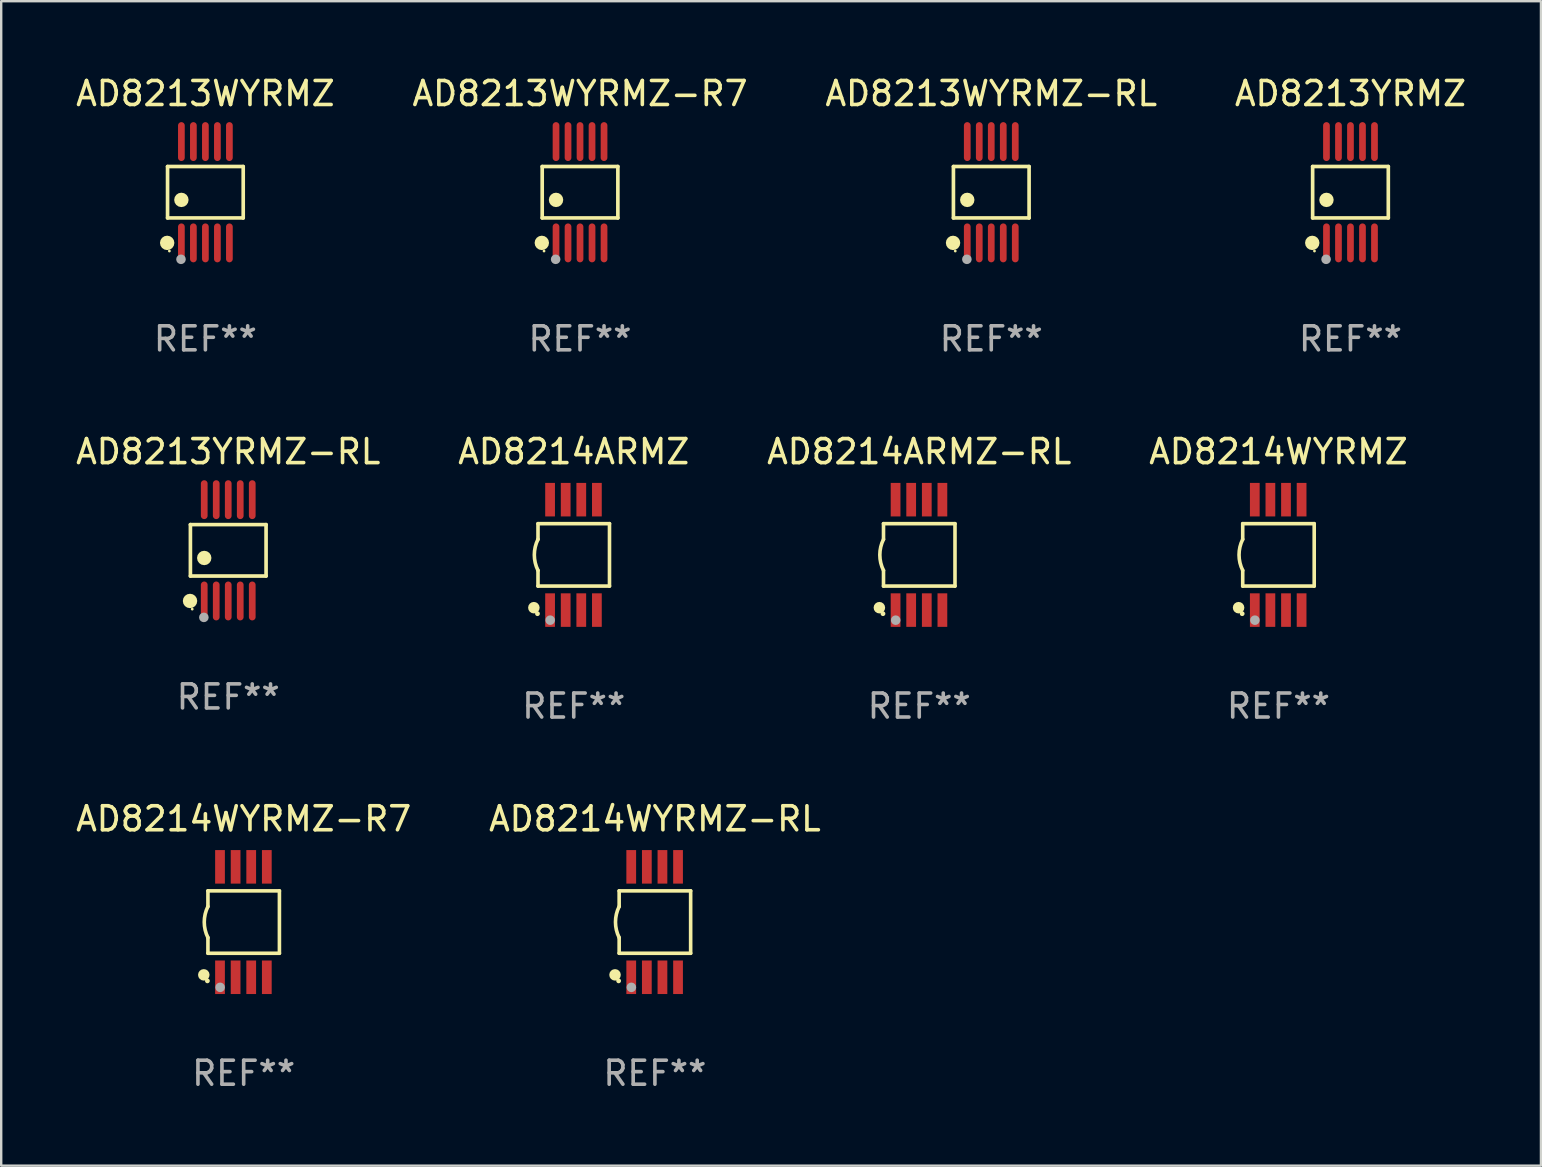
<source format=kicad_pcb>
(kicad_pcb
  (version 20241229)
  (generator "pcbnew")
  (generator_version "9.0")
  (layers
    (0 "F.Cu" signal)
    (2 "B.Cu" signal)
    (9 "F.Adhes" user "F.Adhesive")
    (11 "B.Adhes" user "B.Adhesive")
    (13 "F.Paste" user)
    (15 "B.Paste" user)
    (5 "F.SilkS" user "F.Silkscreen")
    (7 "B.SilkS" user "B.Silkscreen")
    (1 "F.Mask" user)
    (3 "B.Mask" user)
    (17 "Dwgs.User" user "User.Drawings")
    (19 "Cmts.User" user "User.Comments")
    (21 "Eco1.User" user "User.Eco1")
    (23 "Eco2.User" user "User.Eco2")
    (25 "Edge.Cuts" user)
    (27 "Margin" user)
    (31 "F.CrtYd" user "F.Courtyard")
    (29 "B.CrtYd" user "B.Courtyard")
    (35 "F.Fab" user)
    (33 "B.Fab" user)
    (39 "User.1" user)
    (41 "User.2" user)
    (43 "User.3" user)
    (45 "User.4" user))
  (footprint "AD8213WYRMZ-RL"
    (layer "F.Cu")
    (at 38.244 4.958)
    (property "Reference" "AD8213WYRMZ-RL" (at 0 -4.11 0) (layer "F.SilkS") (effects (font (size 1 1) (thickness 0.15))))
    (attr through_hole)
    (fp_line (start -1.576 -1.071) (end 1.576 -1.071) (stroke (width 0.152) (type solid)) (layer "F.SilkS"))
    (fp_line (start -1.576 1.071) (end -1.576 -1.071) (stroke (width 0.152) (type solid)) (layer "F.SilkS"))
    (fp_line (start 1.576 -1.071) (end 1.576 1.071) (stroke (width 0.152) (type solid)) (layer "F.SilkS"))
    (fp_line (start 1.576 1.071) (end -1.576 1.071) (stroke (width 0.152) (type solid)) (layer "F.SilkS"))
    (fp_circle (center -1.592 2.11) (end -1.442 2.11) (stroke (width 0.3) (type solid)) (fill no) (layer "F.SilkS"))
    (fp_circle (center -1.5 2.45) (end -1.47 2.45) (stroke (width 0.06) (type solid)) (fill no) (layer "F.SilkS"))
    (fp_circle (center -1 0.319) (end -0.85 0.319) (stroke (width 0.3) (type solid)) (fill no) (layer "F.SilkS"))
    (fp_circle (center -1.016 2.794) (end -0.916 2.794) (stroke (width 0.2) (type solid)) (fill no) (layer "F.Fab"))
    (fp_text user "REF**" (at 0 6.11 0) (layer "F.Fab") (effects (font (size 1 1) (thickness 0.15))))
    (pad "1" smd oval (at -1 2.11) (size 0.28 1.62) (layers "F.Cu" "F.Mask" "F.Paste"))
    (pad "2" smd oval (at -0.5 2.11) (size 0.28 1.62) (layers "F.Cu" "F.Mask" "F.Paste"))
    (pad "3" smd oval (at 0 2.11) (size 0.28 1.62) (layers "F.Cu" "F.Mask" "F.Paste"))
    (pad "4" smd oval (at 0.5 2.11) (size 0.28 1.62) (layers "F.Cu" "F.Mask" "F.Paste"))
    (pad "5" smd oval (at 1 2.11) (size 0.28 1.62) (layers "F.Cu" "F.Mask" "F.Paste"))
    (pad "6" smd oval (at 1 -2.11) (size 0.28 1.62) (layers "F.Cu" "F.Mask" "F.Paste"))
    (pad "7" smd oval (at 0.5 -2.11) (size 0.28 1.62) (layers "F.Cu" "F.Mask" "F.Paste"))
    (pad "8" smd oval (at 0 -2.11) (size 0.28 1.62) (layers "F.Cu" "F.Mask" "F.Paste"))
    (pad "9" smd oval (at -0.5 -2.11) (size 0.28 1.62) (layers "F.Cu" "F.Mask" "F.Paste"))
    (pad "10" smd oval (at -1 -2.11) (size 0.28 1.62) (layers "F.Cu" "F.Mask" "F.Paste")))
  (footprint "AD8214WYRMZ-RL"
    (layer "F.Cu")
    (at 24.232 35.361)
    (property "Reference" "AD8214WYRMZ-RL" (at 0 -4.3 0) (layer "F.SilkS") (effects (font (size 1 1) (thickness 0.15))))
    (attr through_hole)
    (fp_line (start -1.489 -1.3) (end -1.489 -0.648) (stroke (width 0.15) (type solid)) (layer "F.SilkS"))
    (fp_line (start -1.489 0.648) (end -1.489 1.3) (stroke (width 0.15) (type solid)) (layer "F.SilkS"))
    (fp_line (start -1.489 1.3) (end 1.489 1.3) (stroke (width 0.15) (type solid)) (layer "F.SilkS"))
    (fp_line (start 1.489 -1.3) (end -1.489 -1.3) (stroke (width 0.15) (type solid)) (layer "F.SilkS"))
    (fp_line (start 1.489 1.3) (end 1.489 -1.3) (stroke (width 0.15) (type solid)) (layer "F.SilkS"))
    (fp_arc (start -1.489205 0.647702) (mid -1.642107 0) (end -1.489205 -0.647701) (stroke (width 0.150013) (type solid)) (layer "F.SilkS"))
    (fp_circle (center -1.661 2.2) (end -1.541 2.2) (stroke (width 0.24) (type solid)) (fill no) (layer "F.SilkS"))
    (fp_circle (center -1.511 2.45) (end -1.461 2.45) (stroke (width 0.1) (type solid)) (fill no) (layer "F.SilkS"))
    (fp_circle (center -0.981 2.72) (end -0.881 2.72) (stroke (width 0.2) (type solid)) (fill no) (layer "F.Fab"))
    (fp_text user "REF**" (at 0 6.3 0) (layer "F.Fab") (effects (font (size 1 1) (thickness 0.15))))
    (pad "1" smd rect (at -0.986 2.3) (size 0.406 1.397) (layers "F.Cu" "F.Mask" "F.Paste"))
    (pad "2" smd rect (at -0.336 2.3) (size 0.406 1.397) (layers "F.Cu" "F.Mask" "F.Paste"))
    (pad "3" smd rect (at 0.314 2.3) (size 0.406 1.397) (layers "F.Cu" "F.Mask" "F.Paste"))
    (pad "4" smd rect (at 0.964 2.3) (size 0.406 1.397) (layers "F.Cu" "F.Mask" "F.Paste"))
    (pad "5" smd rect (at 0.964 -2.3) (size 0.406 1.397) (layers "F.Cu" "F.Mask" "F.Paste"))
    (pad "6" smd rect (at 0.314 -2.3) (size 0.406 1.397) (layers "F.Cu" "F.Mask" "F.Paste"))
    (pad "7" smd rect (at -0.336 -2.3) (size 0.406 1.397) (layers "F.Cu" "F.Mask" "F.Paste"))
    (pad "8" smd rect (at -0.986 -2.3) (size 0.406 1.397) (layers "F.Cu" "F.Mask" "F.Paste")))
  (footprint "AD8214WYRMZ"
    (layer "F.Cu")
    (at 50.208 20.065)
    (property "Reference" "AD8214WYRMZ" (at 0 -4.3 0) (layer "F.SilkS") (effects (font (size 1 1) (thickness 0.15))))
    (attr through_hole)
    (fp_line (start -1.489 -1.3) (end -1.489 -0.648) (stroke (width 0.15) (type solid)) (layer "F.SilkS"))
    (fp_line (start -1.489 0.648) (end -1.489 1.3) (stroke (width 0.15) (type solid)) (layer "F.SilkS"))
    (fp_line (start -1.489 1.3) (end 1.489 1.3) (stroke (width 0.15) (type solid)) (layer "F.SilkS"))
    (fp_line (start 1.489 -1.3) (end -1.489 -1.3) (stroke (width 0.15) (type solid)) (layer "F.SilkS"))
    (fp_line (start 1.489 1.3) (end 1.489 -1.3) (stroke (width 0.15) (type solid)) (layer "F.SilkS"))
    (fp_arc (start -1.489205 0.647702) (mid -1.642107 0) (end -1.489205 -0.647701) (stroke (width 0.150013) (type solid)) (layer "F.SilkS"))
    (fp_circle (center -1.661 2.2) (end -1.541 2.2) (stroke (width 0.24) (type solid)) (fill no) (layer "F.SilkS"))
    (fp_circle (center -1.511 2.45) (end -1.461 2.45) (stroke (width 0.1) (type solid)) (fill no) (layer "F.SilkS"))
    (fp_circle (center -0.981 2.72) (end -0.881 2.72) (stroke (width 0.2) (type solid)) (fill no) (layer "F.Fab"))
    (fp_text user "REF**" (at 0 6.3 0) (layer "F.Fab") (effects (font (size 1 1) (thickness 0.15))))
    (pad "1" smd rect (at -0.986 2.3) (size 0.406 1.397) (layers "F.Cu" "F.Mask" "F.Paste"))
    (pad "2" smd rect (at -0.336 2.3) (size 0.406 1.397) (layers "F.Cu" "F.Mask" "F.Paste"))
    (pad "3" smd rect (at 0.314 2.3) (size 0.406 1.397) (layers "F.Cu" "F.Mask" "F.Paste"))
    (pad "4" smd rect (at 0.964 2.3) (size 0.406 1.397) (layers "F.Cu" "F.Mask" "F.Paste"))
    (pad "5" smd rect (at 0.964 -2.3) (size 0.406 1.397) (layers "F.Cu" "F.Mask" "F.Paste"))
    (pad "6" smd rect (at 0.314 -2.3) (size 0.406 1.397) (layers "F.Cu" "F.Mask" "F.Paste"))
    (pad "7" smd rect (at -0.336 -2.3) (size 0.406 1.397) (layers "F.Cu" "F.Mask" "F.Paste"))
    (pad "8" smd rect (at -0.986 -2.3) (size 0.406 1.397) (layers "F.Cu" "F.Mask" "F.Paste")))
  (footprint "AD8213YRMZ"
    (layer "F.Cu")
    (at 53.208 4.958)
    (property "Reference" "AD8213YRMZ" (at 0 -4.11 0) (layer "F.SilkS") (effects (font (size 1 1) (thickness 0.15))))
    (attr through_hole)
    (fp_line (start -1.576 -1.071) (end 1.576 -1.071) (stroke (width 0.152) (type solid)) (layer "F.SilkS"))
    (fp_line (start -1.576 1.071) (end -1.576 -1.071) (stroke (width 0.152) (type solid)) (layer "F.SilkS"))
    (fp_line (start 1.576 -1.071) (end 1.576 1.071) (stroke (width 0.152) (type solid)) (layer "F.SilkS"))
    (fp_line (start 1.576 1.071) (end -1.576 1.071) (stroke (width 0.152) (type solid)) (layer "F.SilkS"))
    (fp_circle (center -1.592 2.11) (end -1.442 2.11) (stroke (width 0.3) (type solid)) (fill no) (layer "F.SilkS"))
    (fp_circle (center -1.5 2.45) (end -1.47 2.45) (stroke (width 0.06) (type solid)) (fill no) (layer "F.SilkS"))
    (fp_circle (center -1 0.319) (end -0.85 0.319) (stroke (width 0.3) (type solid)) (fill no) (layer "F.SilkS"))
    (fp_circle (center -1.016 2.794) (end -0.916 2.794) (stroke (width 0.2) (type solid)) (fill no) (layer "F.Fab"))
    (fp_text user "REF**" (at 0 6.11 0) (layer "F.Fab") (effects (font (size 1 1) (thickness 0.15))))
    (pad "1" smd oval (at -1 2.11) (size 0.28 1.62) (layers "F.Cu" "F.Mask" "F.Paste"))
    (pad "2" smd oval (at -0.5 2.11) (size 0.28 1.62) (layers "F.Cu" "F.Mask" "F.Paste"))
    (pad "3" smd oval (at 0 2.11) (size 0.28 1.62) (layers "F.Cu" "F.Mask" "F.Paste"))
    (pad "4" smd oval (at 0.5 2.11) (size 0.28 1.62) (layers "F.Cu" "F.Mask" "F.Paste"))
    (pad "5" smd oval (at 1 2.11) (size 0.28 1.62) (layers "F.Cu" "F.Mask" "F.Paste"))
    (pad "6" smd oval (at 1 -2.11) (size 0.28 1.62) (layers "F.Cu" "F.Mask" "F.Paste"))
    (pad "7" smd oval (at 0.5 -2.11) (size 0.28 1.62) (layers "F.Cu" "F.Mask" "F.Paste"))
    (pad "8" smd oval (at 0 -2.11) (size 0.28 1.62) (layers "F.Cu" "F.Mask" "F.Paste"))
    (pad "9" smd oval (at -0.5 -2.11) (size 0.28 1.62) (layers "F.Cu" "F.Mask" "F.Paste"))
    (pad "10" smd oval (at -1 -2.11) (size 0.28 1.62) (layers "F.Cu" "F.Mask" "F.Paste")))
  (footprint "AD8213WYRMZ-R7"
    (layer "F.Cu")
    (at 21.113 4.958)
    (property "Reference" "AD8213WYRMZ-R7" (at 0 -4.11 0) (layer "F.SilkS") (effects (font (size 1 1) (thickness 0.15))))
    (attr through_hole)
    (fp_line (start -1.576 -1.071) (end 1.576 -1.071) (stroke (width 0.152) (type solid)) (layer "F.SilkS"))
    (fp_line (start -1.576 1.071) (end -1.576 -1.071) (stroke (width 0.152) (type solid)) (layer "F.SilkS"))
    (fp_line (start 1.576 -1.071) (end 1.576 1.071) (stroke (width 0.152) (type solid)) (layer "F.SilkS"))
    (fp_line (start 1.576 1.071) (end -1.576 1.071) (stroke (width 0.152) (type solid)) (layer "F.SilkS"))
    (fp_circle (center -1.592 2.11) (end -1.442 2.11) (stroke (width 0.3) (type solid)) (fill no) (layer "F.SilkS"))
    (fp_circle (center -1.5 2.45) (end -1.47 2.45) (stroke (width 0.06) (type solid)) (fill no) (layer "F.SilkS"))
    (fp_circle (center -1 0.319) (end -0.85 0.319) (stroke (width 0.3) (type solid)) (fill no) (layer "F.SilkS"))
    (fp_circle (center -1.016 2.794) (end -0.916 2.794) (stroke (width 0.2) (type solid)) (fill no) (layer "F.Fab"))
    (fp_text user "REF**" (at 0 6.11 0) (layer "F.Fab") (effects (font (size 1 1) (thickness 0.15))))
    (pad "1" smd oval (at -1 2.11) (size 0.28 1.62) (layers "F.Cu" "F.Mask" "F.Paste"))
    (pad "2" smd oval (at -0.5 2.11) (size 0.28 1.62) (layers "F.Cu" "F.Mask" "F.Paste"))
    (pad "3" smd oval (at 0 2.11) (size 0.28 1.62) (layers "F.Cu" "F.Mask" "F.Paste"))
    (pad "4" smd oval (at 0.5 2.11) (size 0.28 1.62) (layers "F.Cu" "F.Mask" "F.Paste"))
    (pad "5" smd oval (at 1 2.11) (size 0.28 1.62) (layers "F.Cu" "F.Mask" "F.Paste"))
    (pad "6" smd oval (at 1 -2.11) (size 0.28 1.62) (layers "F.Cu" "F.Mask" "F.Paste"))
    (pad "7" smd oval (at 0.5 -2.11) (size 0.28 1.62) (layers "F.Cu" "F.Mask" "F.Paste"))
    (pad "8" smd oval (at 0 -2.11) (size 0.28 1.62) (layers "F.Cu" "F.Mask" "F.Paste"))
    (pad "9" smd oval (at -0.5 -2.11) (size 0.28 1.62) (layers "F.Cu" "F.Mask" "F.Paste"))
    (pad "10" smd oval (at -1 -2.11) (size 0.28 1.62) (layers "F.Cu" "F.Mask" "F.Paste")))
  (footprint "AD8214ARMZ"
    (layer "F.Cu")
    (at 20.851 20.065)
    (property "Reference" "AD8214ARMZ" (at 0 -4.3 0) (layer "F.SilkS") (effects (font (size 1 1) (thickness 0.15))))
    (attr through_hole)
    (fp_line (start -1.489 -1.3) (end -1.489 -0.648) (stroke (width 0.15) (type solid)) (layer "F.SilkS"))
    (fp_line (start -1.489 0.648) (end -1.489 1.3) (stroke (width 0.15) (type solid)) (layer "F.SilkS"))
    (fp_line (start -1.489 1.3) (end 1.489 1.3) (stroke (width 0.15) (type solid)) (layer "F.SilkS"))
    (fp_line (start 1.489 -1.3) (end -1.489 -1.3) (stroke (width 0.15) (type solid)) (layer "F.SilkS"))
    (fp_line (start 1.489 1.3) (end 1.489 -1.3) (stroke (width 0.15) (type solid)) (layer "F.SilkS"))
    (fp_arc (start -1.489205 0.647702) (mid -1.642107 0) (end -1.489205 -0.647701) (stroke (width 0.150013) (type solid)) (layer "F.SilkS"))
    (fp_circle (center -1.661 2.2) (end -1.541 2.2) (stroke (width 0.24) (type solid)) (fill no) (layer "F.SilkS"))
    (fp_circle (center -1.511 2.45) (end -1.461 2.45) (stroke (width 0.1) (type solid)) (fill no) (layer "F.SilkS"))
    (fp_circle (center -0.981 2.72) (end -0.881 2.72) (stroke (width 0.2) (type solid)) (fill no) (layer "F.Fab"))
    (fp_text user "REF**" (at 0 6.3 0) (layer "F.Fab") (effects (font (size 1 1) (thickness 0.15))))
    (pad "1" smd rect (at -0.986 2.3) (size 0.406 1.397) (layers "F.Cu" "F.Mask" "F.Paste"))
    (pad "2" smd rect (at -0.336 2.3) (size 0.406 1.397) (layers "F.Cu" "F.Mask" "F.Paste"))
    (pad "3" smd rect (at 0.314 2.3) (size 0.406 1.397) (layers "F.Cu" "F.Mask" "F.Paste"))
    (pad "4" smd rect (at 0.964 2.3) (size 0.406 1.397) (layers "F.Cu" "F.Mask" "F.Paste"))
    (pad "5" smd rect (at 0.964 -2.3) (size 0.406 1.397) (layers "F.Cu" "F.Mask" "F.Paste"))
    (pad "6" smd rect (at 0.314 -2.3) (size 0.406 1.397) (layers "F.Cu" "F.Mask" "F.Paste"))
    (pad "7" smd rect (at -0.336 -2.3) (size 0.406 1.397) (layers "F.Cu" "F.Mask" "F.Paste"))
    (pad "8" smd rect (at -0.986 -2.3) (size 0.406 1.397) (layers "F.Cu" "F.Mask" "F.Paste")))
  (footprint "AD8214WYRMZ-R7"
    (layer "F.Cu")
    (at 7.101 35.361)
    (property "Reference" "AD8214WYRMZ-R7" (at 0 -4.3 0) (layer "F.SilkS") (effects (font (size 1 1) (thickness 0.15))))
    (attr through_hole)
    (fp_line (start -1.489 -1.3) (end -1.489 -0.648) (stroke (width 0.15) (type solid)) (layer "F.SilkS"))
    (fp_line (start -1.489 0.648) (end -1.489 1.3) (stroke (width 0.15) (type solid)) (layer "F.SilkS"))
    (fp_line (start -1.489 1.3) (end 1.489 1.3) (stroke (width 0.15) (type solid)) (layer "F.SilkS"))
    (fp_line (start 1.489 -1.3) (end -1.489 -1.3) (stroke (width 0.15) (type solid)) (layer "F.SilkS"))
    (fp_line (start 1.489 1.3) (end 1.489 -1.3) (stroke (width 0.15) (type solid)) (layer "F.SilkS"))
    (fp_arc (start -1.489205 0.647702) (mid -1.642107 0) (end -1.489205 -0.647701) (stroke (width 0.150013) (type solid)) (layer "F.SilkS"))
    (fp_circle (center -1.661 2.2) (end -1.541 2.2) (stroke (width 0.24) (type solid)) (fill no) (layer "F.SilkS"))
    (fp_circle (center -1.511 2.45) (end -1.461 2.45) (stroke (width 0.1) (type solid)) (fill no) (layer "F.SilkS"))
    (fp_circle (center -0.981 2.72) (end -0.881 2.72) (stroke (width 0.2) (type solid)) (fill no) (layer "F.Fab"))
    (fp_text user "REF**" (at 0 6.3 0) (layer "F.Fab") (effects (font (size 1 1) (thickness 0.15))))
    (pad "1" smd rect (at -0.986 2.3) (size 0.406 1.397) (layers "F.Cu" "F.Mask" "F.Paste"))
    (pad "2" smd rect (at -0.336 2.3) (size 0.406 1.397) (layers "F.Cu" "F.Mask" "F.Paste"))
    (pad "3" smd rect (at 0.314 2.3) (size 0.406 1.397) (layers "F.Cu" "F.Mask" "F.Paste"))
    (pad "4" smd rect (at 0.964 2.3) (size 0.406 1.397) (layers "F.Cu" "F.Mask" "F.Paste"))
    (pad "5" smd rect (at 0.964 -2.3) (size 0.406 1.397) (layers "F.Cu" "F.Mask" "F.Paste"))
    (pad "6" smd rect (at 0.314 -2.3) (size 0.406 1.397) (layers "F.Cu" "F.Mask" "F.Paste"))
    (pad "7" smd rect (at -0.336 -2.3) (size 0.406 1.397) (layers "F.Cu" "F.Mask" "F.Paste"))
    (pad "8" smd rect (at -0.986 -2.3) (size 0.406 1.397) (layers "F.Cu" "F.Mask" "F.Paste")))
  (footprint "AD8213YRMZ-RL"
    (layer "F.Cu")
    (at 6.458 19.875)
    (property "Reference" "AD8213YRMZ-RL" (at 0 -4.11 0) (layer "F.SilkS") (effects (font (size 1 1) (thickness 0.15))))
    (attr through_hole)
    (fp_line (start -1.576 -1.071) (end 1.576 -1.071) (stroke (width 0.152) (type solid)) (layer "F.SilkS"))
    (fp_line (start -1.576 1.071) (end -1.576 -1.071) (stroke (width 0.152) (type solid)) (layer "F.SilkS"))
    (fp_line (start 1.576 -1.071) (end 1.576 1.071) (stroke (width 0.152) (type solid)) (layer "F.SilkS"))
    (fp_line (start 1.576 1.071) (end -1.576 1.071) (stroke (width 0.152) (type solid)) (layer "F.SilkS"))
    (fp_circle (center -1.592 2.11) (end -1.442 2.11) (stroke (width 0.3) (type solid)) (fill no) (layer "F.SilkS"))
    (fp_circle (center -1.5 2.45) (end -1.47 2.45) (stroke (width 0.06) (type solid)) (fill no) (layer "F.SilkS"))
    (fp_circle (center -1 0.319) (end -0.85 0.319) (stroke (width 0.3) (type solid)) (fill no) (layer "F.SilkS"))
    (fp_circle (center -1.016 2.794) (end -0.916 2.794) (stroke (width 0.2) (type solid)) (fill no) (layer "F.Fab"))
    (fp_text user "REF**" (at 0 6.11 0) (layer "F.Fab") (effects (font (size 1 1) (thickness 0.15))))
    (pad "1" smd oval (at -1 2.11) (size 0.28 1.62) (layers "F.Cu" "F.Mask" "F.Paste"))
    (pad "2" smd oval (at -0.5 2.11) (size 0.28 1.62) (layers "F.Cu" "F.Mask" "F.Paste"))
    (pad "3" smd oval (at 0 2.11) (size 0.28 1.62) (layers "F.Cu" "F.Mask" "F.Paste"))
    (pad "4" smd oval (at 0.5 2.11) (size 0.28 1.62) (layers "F.Cu" "F.Mask" "F.Paste"))
    (pad "5" smd oval (at 1 2.11) (size 0.28 1.62) (layers "F.Cu" "F.Mask" "F.Paste"))
    (pad "6" smd oval (at 1 -2.11) (size 0.28 1.62) (layers "F.Cu" "F.Mask" "F.Paste"))
    (pad "7" smd oval (at 0.5 -2.11) (size 0.28 1.62) (layers "F.Cu" "F.Mask" "F.Paste"))
    (pad "8" smd oval (at 0 -2.11) (size 0.28 1.62) (layers "F.Cu" "F.Mask" "F.Paste"))
    (pad "9" smd oval (at -0.5 -2.11) (size 0.28 1.62) (layers "F.Cu" "F.Mask" "F.Paste"))
    (pad "10" smd oval (at -1 -2.11) (size 0.28 1.62) (layers "F.Cu" "F.Mask" "F.Paste")))
  (footprint "AD8213WYRMZ"
    (layer "F.Cu")
    (at 5.506 4.958)
    (property "Reference" "AD8213WYRMZ" (at 0 -4.11 0) (layer "F.SilkS") (effects (font (size 1 1) (thickness 0.15))))
    (attr through_hole)
    (fp_line (start -1.576 -1.071) (end 1.576 -1.071) (stroke (width 0.152) (type solid)) (layer "F.SilkS"))
    (fp_line (start -1.576 1.071) (end -1.576 -1.071) (stroke (width 0.152) (type solid)) (layer "F.SilkS"))
    (fp_line (start 1.576 -1.071) (end 1.576 1.071) (stroke (width 0.152) (type solid)) (layer "F.SilkS"))
    (fp_line (start 1.576 1.071) (end -1.576 1.071) (stroke (width 0.152) (type solid)) (layer "F.SilkS"))
    (fp_circle (center -1.592 2.11) (end -1.442 2.11) (stroke (width 0.3) (type solid)) (fill no) (layer "F.SilkS"))
    (fp_circle (center -1.5 2.45) (end -1.47 2.45) (stroke (width 0.06) (type solid)) (fill no) (layer "F.SilkS"))
    (fp_circle (center -1 0.319) (end -0.85 0.319) (stroke (width 0.3) (type solid)) (fill no) (layer "F.SilkS"))
    (fp_circle (center -1.016 2.794) (end -0.916 2.794) (stroke (width 0.2) (type solid)) (fill no) (layer "F.Fab"))
    (fp_text user "REF**" (at 0 6.11 0) (layer "F.Fab") (effects (font (size 1 1) (thickness 0.15))))
    (pad "1" smd oval (at -1 2.11) (size 0.28 1.62) (layers "F.Cu" "F.Mask" "F.Paste"))
    (pad "2" smd oval (at -0.5 2.11) (size 0.28 1.62) (layers "F.Cu" "F.Mask" "F.Paste"))
    (pad "3" smd oval (at 0 2.11) (size 0.28 1.62) (layers "F.Cu" "F.Mask" "F.Paste"))
    (pad "4" smd oval (at 0.5 2.11) (size 0.28 1.62) (layers "F.Cu" "F.Mask" "F.Paste"))
    (pad "5" smd oval (at 1 2.11) (size 0.28 1.62) (layers "F.Cu" "F.Mask" "F.Paste"))
    (pad "6" smd oval (at 1 -2.11) (size 0.28 1.62) (layers "F.Cu" "F.Mask" "F.Paste"))
    (pad "7" smd oval (at 0.5 -2.11) (size 0.28 1.62) (layers "F.Cu" "F.Mask" "F.Paste"))
    (pad "8" smd oval (at 0 -2.11) (size 0.28 1.62) (layers "F.Cu" "F.Mask" "F.Paste"))
    (pad "9" smd oval (at -0.5 -2.11) (size 0.28 1.62) (layers "F.Cu" "F.Mask" "F.Paste"))
    (pad "10" smd oval (at -1 -2.11) (size 0.28 1.62) (layers "F.Cu" "F.Mask" "F.Paste")))
  (footprint "AD8214ARMZ-RL"
    (layer "F.Cu")
    (at 35.244 20.065)
    (property "Reference" "AD8214ARMZ-RL" (at 0 -4.3 0) (layer "F.SilkS") (effects (font (size 1 1) (thickness 0.15))))
    (attr through_hole)
    (fp_line (start -1.489 -1.3) (end -1.489 -0.648) (stroke (width 0.15) (type solid)) (layer "F.SilkS"))
    (fp_line (start -1.489 0.648) (end -1.489 1.3) (stroke (width 0.15) (type solid)) (layer "F.SilkS"))
    (fp_line (start -1.489 1.3) (end 1.489 1.3) (stroke (width 0.15) (type solid)) (layer "F.SilkS"))
    (fp_line (start 1.489 -1.3) (end -1.489 -1.3) (stroke (width 0.15) (type solid)) (layer "F.SilkS"))
    (fp_line (start 1.489 1.3) (end 1.489 -1.3) (stroke (width 0.15) (type solid)) (layer "F.SilkS"))
    (fp_arc (start -1.489205 0.647702) (mid -1.642107 0) (end -1.489205 -0.647701) (stroke (width 0.150013) (type solid)) (layer "F.SilkS"))
    (fp_circle (center -1.661 2.2) (end -1.541 2.2) (stroke (width 0.24) (type solid)) (fill no) (layer "F.SilkS"))
    (fp_circle (center -1.511 2.45) (end -1.461 2.45) (stroke (width 0.1) (type solid)) (fill no) (layer "F.SilkS"))
    (fp_circle (center -0.981 2.72) (end -0.881 2.72) (stroke (width 0.2) (type solid)) (fill no) (layer "F.Fab"))
    (fp_text user "REF**" (at 0 6.3 0) (layer "F.Fab") (effects (font (size 1 1) (thickness 0.15))))
    (pad "1" smd rect (at -0.986 2.3) (size 0.406 1.397) (layers "F.Cu" "F.Mask" "F.Paste"))
    (pad "2" smd rect (at -0.336 2.3) (size 0.406 1.397) (layers "F.Cu" "F.Mask" "F.Paste"))
    (pad "3" smd rect (at 0.314 2.3) (size 0.406 1.397) (layers "F.Cu" "F.Mask" "F.Paste"))
    (pad "4" smd rect (at 0.964 2.3) (size 0.406 1.397) (layers "F.Cu" "F.Mask" "F.Paste"))
    (pad "5" smd rect (at 0.964 -2.3) (size 0.406 1.397) (layers "F.Cu" "F.Mask" "F.Paste"))
    (pad "6" smd rect (at 0.314 -2.3) (size 0.406 1.397) (layers "F.Cu" "F.Mask" "F.Paste"))
    (pad "7" smd rect (at -0.336 -2.3) (size 0.406 1.397) (layers "F.Cu" "F.Mask" "F.Paste"))
    (pad "8" smd rect (at -0.986 -2.3) (size 0.406 1.397) (layers "F.Cu" "F.Mask" "F.Paste")))
  (gr_rect
    (start -3 -3)
    (end 61.143 45.509)
    (stroke (width 0.1) (type default))
    (fill no)
    (layer "Edge.Cuts")))
</source>
